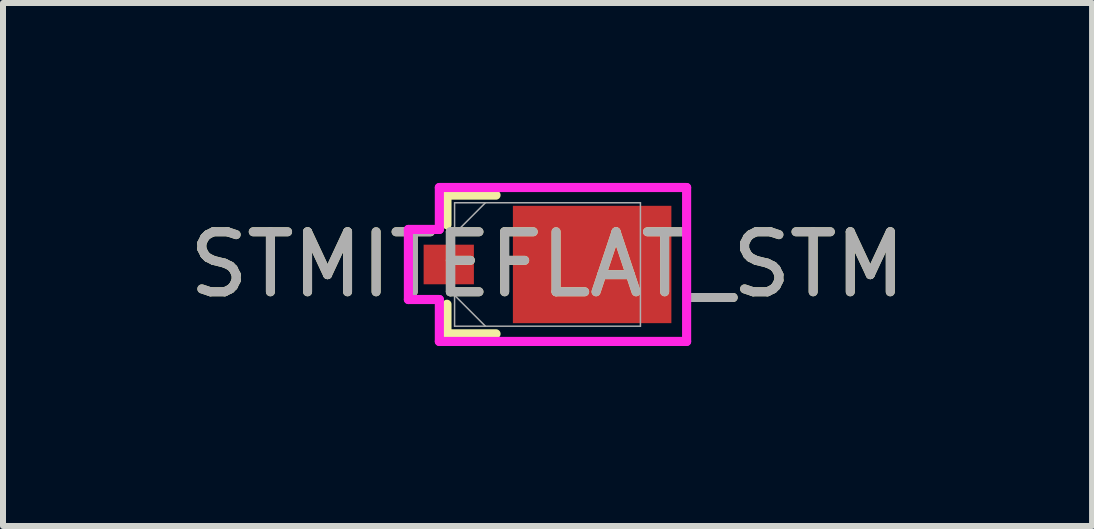
<source format=kicad_pcb>
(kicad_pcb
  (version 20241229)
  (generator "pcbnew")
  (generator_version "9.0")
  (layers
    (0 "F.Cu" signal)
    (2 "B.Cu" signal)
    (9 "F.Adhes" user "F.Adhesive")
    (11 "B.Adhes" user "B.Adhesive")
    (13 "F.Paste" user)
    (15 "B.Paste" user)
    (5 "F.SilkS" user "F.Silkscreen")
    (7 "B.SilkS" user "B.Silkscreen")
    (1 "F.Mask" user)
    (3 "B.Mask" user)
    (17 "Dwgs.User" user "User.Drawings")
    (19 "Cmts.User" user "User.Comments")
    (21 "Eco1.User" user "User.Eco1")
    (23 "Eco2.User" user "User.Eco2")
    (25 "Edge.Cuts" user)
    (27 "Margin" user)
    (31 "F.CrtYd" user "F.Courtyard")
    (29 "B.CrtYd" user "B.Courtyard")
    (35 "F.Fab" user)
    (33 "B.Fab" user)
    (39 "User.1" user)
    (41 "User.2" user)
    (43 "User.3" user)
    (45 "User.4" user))
  (footprint "STMITEFLAT_STM"
    (layer "F.Cu")
    (at 6.077 1.359)
    (property "Reference" "STMITEFLAT_STM" (at 0 0 0) (unlocked yes) (layer "F.SilkS") (effects (font (size 1 1) (thickness 0.15))))
    (attr smd)
    (fp_line (start -1.676 -1.156) (end -0.858 -1.156) (stroke (width 0.152) (type solid)) (layer "F.SilkS"))
    (fp_line (start -1.676 -0.663) (end -1.676 -1.156) (stroke (width 0.152) (type solid)) (layer "F.SilkS"))
    (fp_line (start -1.676 1.156) (end -1.676 0.663) (stroke (width 0.152) (type solid)) (layer "F.SilkS"))
    (fp_line (start -0.858 1.156) (end -1.676 1.156) (stroke (width 0.152) (type solid)) (layer "F.SilkS"))
    (fp_line (start -2.319 -0.584) (end -2.319 0.584) (stroke (width 0.152) (type solid)) (layer "F.CrtYd"))
    (fp_line (start -2.319 0.584) (end -1.803 0.584) (stroke (width 0.152) (type solid)) (layer "F.CrtYd"))
    (fp_line (start -1.803 -1.283) (end -1.803 -0.584) (stroke (width 0.152) (type solid)) (layer "F.CrtYd"))
    (fp_line (start -1.803 -0.584) (end -2.319 -0.584) (stroke (width 0.152) (type solid)) (layer "F.CrtYd"))
    (fp_line (start -1.803 0.584) (end -1.803 1.283) (stroke (width 0.152) (type solid)) (layer "F.CrtYd"))
    (fp_line (start -1.803 1.283) (end 2.319 1.283) (stroke (width 0.152) (type solid)) (layer "F.CrtYd"))
    (fp_line (start 2.319 -1.283) (end -1.803 -1.283) (stroke (width 0.152) (type solid)) (layer "F.CrtYd"))
    (fp_line (start 2.319 1.283) (end 2.319 -1.283) (stroke (width 0.152) (type solid)) (layer "F.CrtYd"))
    (fp_line (start -1.549 -1.029) (end -1.549 1.029) (stroke (width 0.025) (type solid)) (layer "F.Fab"))
    (fp_line (start -1.549 -0.514) (end -1.035 -1.029) (stroke (width 0.025) (type solid)) (layer "F.Fab"))
    (fp_line (start -1.549 0.514) (end -1.035 1.029) (stroke (width 0.025) (type solid)) (layer "F.Fab"))
    (fp_line (start -1.549 1.029) (end 1.549 1.029) (stroke (width 0.025) (type solid)) (layer "F.Fab"))
    (fp_line (start 1.549 -1.029) (end -1.549 -1.029) (stroke (width 0.025) (type solid)) (layer "F.Fab"))
    (fp_line (start 1.549 1.029) (end 1.549 -1.029) (stroke (width 0.025) (type solid)) (layer "F.Fab"))
    (fp_text user "${REFERENCE}" (at 0 0 0) (unlocked yes) (layer "F.Fab") (effects (font (size 1 1) (thickness 0.15))))
    (pad "1" smd rect (at -1.646 0) (size 0.838 0.66) (layers "F.Cu" "F.Mask" "F.Paste"))
    (pad "2" smd rect (at 0.744 0) (size 2.642 1.956) (layers "F.Cu" "F.Mask" "F.Paste")))
  (gr_rect
    (start -3 -3)
    (end 15.155 5.718)
    (stroke (width 0.1) (type default))
    (fill no)
    (layer "Edge.Cuts")))
</source>
